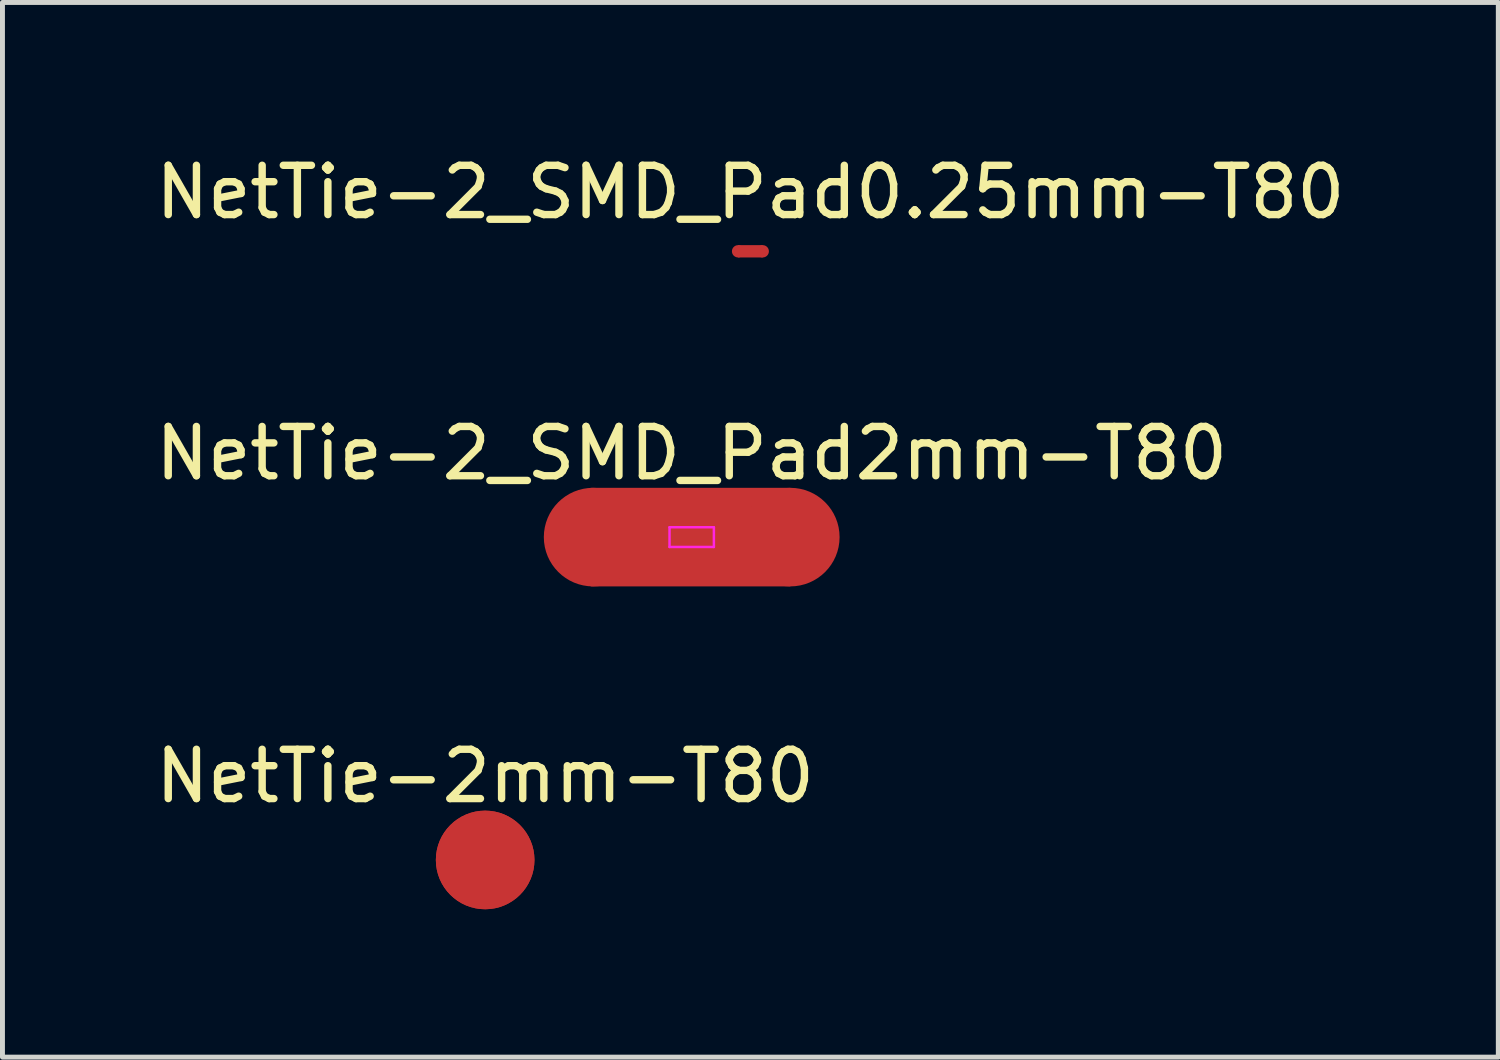
<source format=kicad_pcb>
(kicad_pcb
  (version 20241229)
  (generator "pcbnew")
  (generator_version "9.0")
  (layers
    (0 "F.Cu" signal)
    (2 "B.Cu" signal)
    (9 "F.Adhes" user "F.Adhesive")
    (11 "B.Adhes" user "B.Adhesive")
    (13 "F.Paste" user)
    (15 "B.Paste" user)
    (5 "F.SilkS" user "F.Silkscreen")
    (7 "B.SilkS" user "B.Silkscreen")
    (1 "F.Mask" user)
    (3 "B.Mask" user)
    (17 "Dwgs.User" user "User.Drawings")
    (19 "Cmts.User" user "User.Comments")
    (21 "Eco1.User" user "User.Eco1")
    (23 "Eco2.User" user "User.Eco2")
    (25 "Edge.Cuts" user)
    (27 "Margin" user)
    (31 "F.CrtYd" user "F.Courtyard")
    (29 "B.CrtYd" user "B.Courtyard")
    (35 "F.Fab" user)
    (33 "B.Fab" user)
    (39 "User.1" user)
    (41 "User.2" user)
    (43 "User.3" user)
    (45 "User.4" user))
  (footprint "NetTie-2_SMD_Pad0.25mm-T80"
    (layer "F.Cu")
    (at 12.173 2.048)
    (property "Reference" "NetTie-2_SMD_Pad0.25mm-T80" (at 0 -1.2 0) (layer "F.SilkS") (effects (font (size 1 1) (thickness 0.15))))
    (attr smd exclude_from_pos_files exclude_from_bom allow_missing_courtyard)
    (fp_poly (pts (xy -0.25 -0.125) (xy 0.25 -0.125) (xy 0.25 0.125) (xy -0.25 0.125)) (stroke (width 0) (type solid)) (fill yes) (layer "F.Cu"))
    (pad "1" smd circle (at -0.25 0) (size 0.25 0.25) (layers "F.Cu"))
    (pad "2" smd circle (at 0.25 0) (size 0.25 0.25) (layers "F.Cu")))
  (footprint "NetTie-2mm-T80"
    (layer "F.Cu")
    (at 6.792 14.395)
    (property "Reference" "NetTie-2mm-T80" (at 0 -1.7 0) (layer "F.SilkS") (effects (font (size 1 1) (thickness 0.15))))
    (attr smd exclude_from_pos_files exclude_from_bom allow_missing_courtyard)
    (pad "1" smd circle (at 0 0) (size 2 2) (layers "F.Cu"))
    (pad "2" smd circle (at 0 0) (size 2 2) (layers "F.Cu")))
  (footprint "NetTie-2_SMD_Pad2mm-T80"
    (layer "F.Cu")
    (at 10.982 7.846)
    (property "Reference" "NetTie-2_SMD_Pad2mm-T80" (at 0 -1.7 0) (layer "F.SilkS") (effects (font (size 1 1) (thickness 0.15))))
    (attr smd exclude_from_pos_files exclude_from_bom allow_missing_courtyard)
    (fp_poly (pts (xy -2.05 -1) (xy 2 -1) (xy 2 1) (xy -2.05 1)) (stroke (width 0) (type solid)) (fill yes) (layer "F.Cu"))
    (fp_line (start -0.45 -0.2) (end -0.45 0.2) (stroke (width 0.05) (type solid)) (layer "F.CrtYd"))
    (fp_line (start -0.45 0.2) (end 0.45 0.2) (stroke (width 0.05) (type solid)) (layer "F.CrtYd"))
    (fp_line (start 0.45 -0.2) (end -0.45 -0.2) (stroke (width 0.05) (type solid)) (layer "F.CrtYd"))
    (fp_line (start 0.45 0.2) (end 0.45 -0.2) (stroke (width 0.05) (type solid)) (layer "F.CrtYd"))
    (pad "1" smd circle (at -2 0) (size 2 2) (layers "F.Cu"))
    (pad "2" smd circle (at 2 0) (size 2 2) (layers "F.Cu")))
  (gr_rect
    (start -3 -3)
    (end 27.345 18.395)
    (stroke (width 0.1) (type default))
    (fill no)
    (layer "Edge.Cuts")))
</source>
